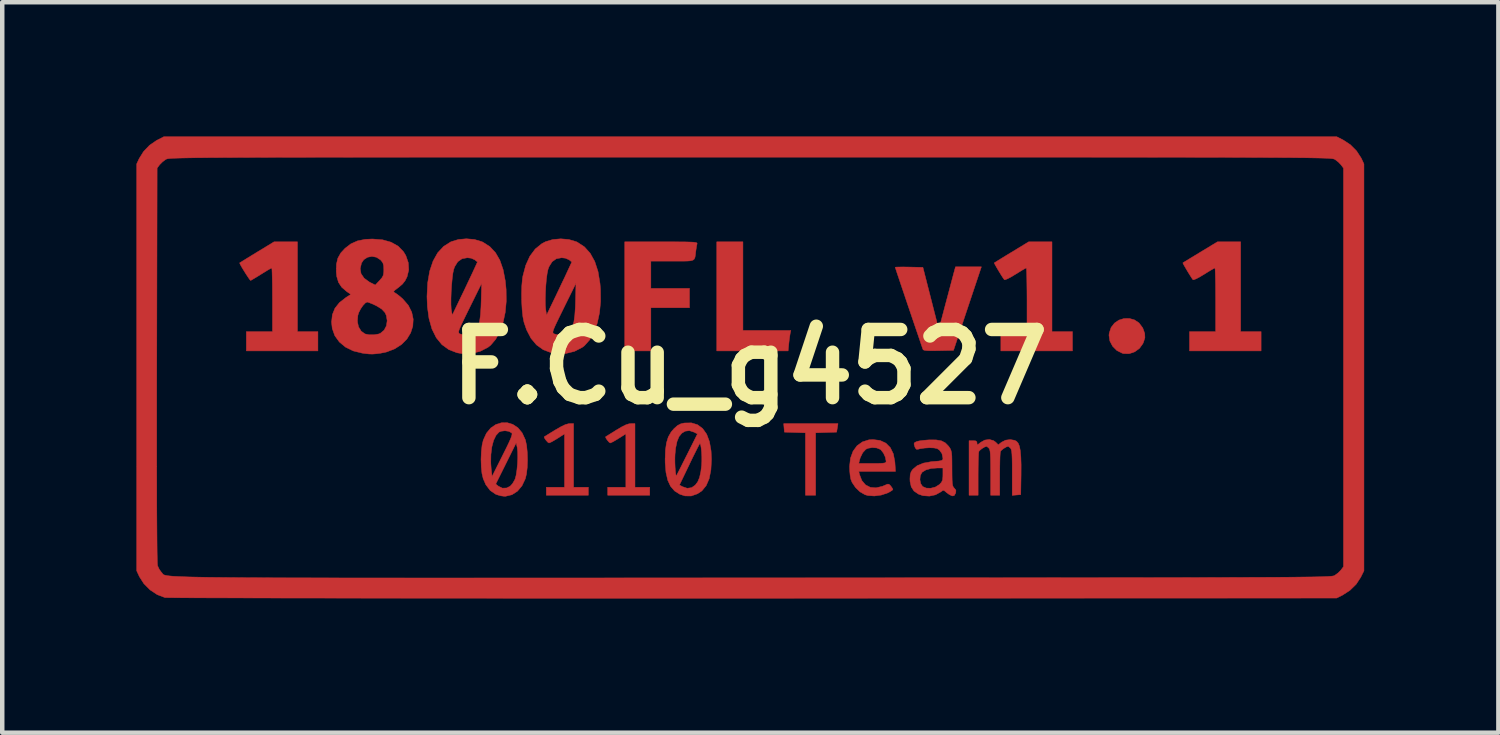
<source format=kicad_pcb>
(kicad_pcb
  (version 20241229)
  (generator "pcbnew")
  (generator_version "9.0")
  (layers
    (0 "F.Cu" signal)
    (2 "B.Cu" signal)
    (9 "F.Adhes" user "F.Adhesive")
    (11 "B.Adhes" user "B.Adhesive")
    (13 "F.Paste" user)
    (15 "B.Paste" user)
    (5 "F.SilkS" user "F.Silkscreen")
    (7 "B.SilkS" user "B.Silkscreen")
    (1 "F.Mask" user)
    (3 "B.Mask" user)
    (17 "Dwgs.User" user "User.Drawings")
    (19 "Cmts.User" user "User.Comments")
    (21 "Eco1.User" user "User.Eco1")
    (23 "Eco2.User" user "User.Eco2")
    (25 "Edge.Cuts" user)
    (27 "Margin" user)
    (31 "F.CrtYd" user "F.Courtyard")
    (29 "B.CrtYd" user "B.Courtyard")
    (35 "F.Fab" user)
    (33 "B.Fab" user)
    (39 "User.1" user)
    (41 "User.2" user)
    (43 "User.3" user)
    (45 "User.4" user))
  (footprint "F.Cu_g4527"
    (layer "F.Cu")
    (at 13.708 5.149)
    (property "Reference" "F.Cu_g4527" (at 0 0 0) (layer "F.SilkS") (effects (font (size 1.524 1.524) (thickness 0.3))))
    (attr through_hole)
    (fp_poly (pts (xy -0.152 -0.813) (xy 0.92 -0.813) (xy 0.906 -0.756) (xy 0.897 -0.701) (xy 0.885 -0.616) (xy 0.875 -0.527) (xy 0.858 -0.356) (xy -0.737 -0.356) (xy -0.737 -2.794) (xy -0.152 -2.794) (xy -0.152 -0.813)) (stroke (width 0.01) (type solid)) (fill yes) (layer "F.Cu"))
    (fp_poly (pts (xy 1.958 1.365) (xy 1.942 1.46) (xy 1.473 1.475) (xy 1.473 2.87) (xy 1.245 2.87) (xy 1.245 1.475) (xy 0.775 1.46) (xy 0.767 1.365) (xy 0.759 1.27) (xy 1.973 1.27) (xy 1.958 1.365)) (stroke (width 0.01) (type solid)) (fill yes) (layer "F.Cu"))
    (fp_poly (pts (xy 8.599 -1.049) (xy 8.701 -0.981) (xy 8.78 -0.876) (xy 8.791 -0.853) (xy 8.829 -0.745) (xy 8.833 -0.651) (xy 8.801 -0.549) (xy 8.787 -0.517) (xy 8.71 -0.411) (xy 8.605 -0.335) (xy 8.484 -0.294) (xy 8.359 -0.295) (xy 8.326 -0.304) (xy 8.205 -0.365) (xy 8.111 -0.46) (xy 8.05 -0.576) (xy 8.03 -0.704) (xy 8.035 -0.751) (xy 8.077 -0.879) (xy 8.153 -0.977) (xy 8.252 -1.044) (xy 8.365 -1.079) (xy 8.484 -1.081) (xy 8.599 -1.049)) (stroke (width 0.01) (type solid)) (fill yes) (layer "F.Cu"))
    (fp_poly (pts (xy -3.937 2.692) (xy -3.607 2.692) (xy -3.607 2.87) (xy -4.547 2.87) (xy -4.547 2.692) (xy -4.14 2.692) (xy -4.14 1.5) (xy -4.299 1.601) (xy -4.38 1.65) (xy -4.446 1.686) (xy -4.484 1.701) (xy -4.487 1.702) (xy -4.514 1.685) (xy -4.551 1.645) (xy -4.582 1.601) (xy -4.595 1.569) (xy -4.593 1.564) (xy -4.569 1.549) (xy -4.511 1.513) (xy -4.429 1.462) (xy -4.35 1.414) (xy -4.22 1.339) (xy -4.123 1.292) (xy -4.05 1.272) (xy -4.026 1.27) (xy -3.937 1.27) (xy -3.937 2.692)) (stroke (width 0.01) (type solid)) (fill yes) (layer "F.Cu"))
    (fp_poly (pts (xy -2.565 2.692) (xy -2.235 2.692) (xy -2.235 2.87) (xy -3.175 2.87) (xy -3.175 2.692) (xy -2.769 2.692) (xy -2.769 1.498) (xy -2.93 1.6) (xy -3.011 1.649) (xy -3.077 1.685) (xy -3.115 1.702) (xy -3.118 1.702) (xy -3.144 1.685) (xy -3.179 1.645) (xy -3.21 1.601) (xy -3.223 1.569) (xy -3.221 1.564) (xy -3.198 1.549) (xy -3.14 1.513) (xy -3.058 1.462) (xy -2.982 1.414) (xy -2.858 1.341) (xy -2.766 1.295) (xy -2.695 1.273) (xy -2.658 1.27) (xy -2.565 1.27) (xy -2.565 2.692)) (stroke (width 0.01) (type solid)) (fill yes) (layer "F.Cu"))
    (fp_poly (pts (xy -1.754 -2.794) (xy -1.575 -2.793) (xy -1.437 -2.792) (xy -1.334 -2.789) (xy -1.261 -2.786) (xy -1.215 -2.78) (xy -1.188 -2.773) (xy -1.177 -2.764) (xy -1.177 -2.752) (xy -1.177 -2.75) (xy -1.188 -2.699) (xy -1.2 -2.621) (xy -1.206 -2.578) (xy -1.214 -2.504) (xy -1.223 -2.449) (xy -1.239 -2.41) (xy -1.269 -2.385) (xy -1.319 -2.37) (xy -1.398 -2.364) (xy -1.511 -2.362) (xy -1.665 -2.362) (xy -1.729 -2.362) (xy -2.21 -2.362) (xy -2.21 -1.753) (xy -1.346 -1.753) (xy -1.346 -1.321) (xy -2.21 -1.321) (xy -2.21 -0.356) (xy -2.794 -0.356) (xy -2.794 -2.794) (xy -1.979 -2.794) (xy -1.754 -2.794)) (stroke (width 0.01) (type solid)) (fill yes) (layer "F.Cu"))
    (fp_poly (pts (xy 6.756 -0.787) (xy 7.214 -0.787) (xy 7.214 -0.356) (xy 5.613 -0.356) (xy 5.613 -0.787) (xy 6.198 -0.787) (xy 6.198 -1.499) (xy 6.197 -1.683) (xy 6.195 -1.849) (xy 6.193 -1.991) (xy 6.19 -2.103) (xy 6.186 -2.178) (xy 6.182 -2.209) (xy 6.181 -2.21) (xy 6.154 -2.197) (xy 6.094 -2.163) (xy 6.011 -2.112) (xy 5.938 -2.067) (xy 5.844 -2.01) (xy 5.764 -1.968) (xy 5.71 -1.947) (xy 5.692 -1.946) (xy 5.665 -1.983) (xy 5.624 -2.046) (xy 5.577 -2.123) (xy 5.531 -2.2) (xy 5.492 -2.268) (xy 5.469 -2.312) (xy 5.465 -2.323) (xy 5.489 -2.338) (xy 5.548 -2.375) (xy 5.637 -2.43) (xy 5.748 -2.498) (xy 5.854 -2.562) (xy 6.235 -2.794) (xy 6.756 -2.794) (xy 6.756 -0.787)) (stroke (width 0.01) (type solid)) (fill yes) (layer "F.Cu"))
    (fp_poly (pts (xy 10.973 -0.787) (xy 11.43 -0.787) (xy 11.43 -0.356) (xy 9.83 -0.356) (xy 9.83 -0.787) (xy 10.414 -0.787) (xy 10.414 -1.499) (xy 10.413 -1.683) (xy 10.412 -1.849) (xy 10.409 -1.991) (xy 10.406 -2.103) (xy 10.403 -2.178) (xy 10.398 -2.209) (xy 10.398 -2.21) (xy 10.371 -2.197) (xy 10.311 -2.163) (xy 10.227 -2.112) (xy 10.155 -2.067) (xy 10.06 -2.01) (xy 9.981 -1.968) (xy 9.927 -1.947) (xy 9.908 -1.946) (xy 9.881 -1.983) (xy 9.841 -2.046) (xy 9.793 -2.123) (xy 9.747 -2.201) (xy 9.708 -2.268) (xy 9.685 -2.312) (xy 9.682 -2.324) (xy 9.705 -2.339) (xy 9.765 -2.375) (xy 9.854 -2.43) (xy 9.965 -2.497) (xy 10.073 -2.563) (xy 10.455 -2.794) (xy 10.973 -2.794) (xy 10.973 -0.787)) (stroke (width 0.01) (type solid)) (fill yes) (layer "F.Cu"))
    (fp_poly (pts (xy -10.109 -0.787) (xy -9.652 -0.787) (xy -9.652 -0.356) (xy -11.252 -0.356) (xy -11.252 -0.787) (xy -10.668 -0.787) (xy -10.668 -1.499) (xy -10.669 -1.683) (xy -10.67 -1.849) (xy -10.673 -1.991) (xy -10.676 -2.103) (xy -10.679 -2.178) (xy -10.684 -2.209) (xy -10.684 -2.21) (xy -10.711 -2.197) (xy -10.771 -2.163) (xy -10.854 -2.112) (xy -10.922 -2.07) (xy -11.015 -2.012) (xy -11.092 -1.966) (xy -11.142 -1.937) (xy -11.157 -1.93) (xy -11.176 -1.95) (xy -11.212 -2.002) (xy -11.259 -2.073) (xy -11.308 -2.152) (xy -11.354 -2.227) (xy -11.387 -2.287) (xy -11.401 -2.32) (xy -11.401 -2.323) (xy -11.377 -2.338) (xy -11.318 -2.375) (xy -11.229 -2.43) (xy -11.118 -2.498) (xy -11.012 -2.563) (xy -10.632 -2.794) (xy -10.109 -2.794) (xy -10.109 -0.787)) (stroke (width 0.01) (type solid)) (fill yes) (layer "F.Cu"))
    (fp_poly (pts (xy 4.866 -1.302) (xy 4.555 -0.368) (xy 4.22 -0.361) (xy 4.075 -0.359) (xy 3.973 -0.361) (xy 3.91 -0.368) (xy 3.879 -0.379) (xy 3.873 -0.387) (xy 3.858 -0.428) (xy 3.83 -0.509) (xy 3.792 -0.623) (xy 3.744 -0.763) (xy 3.689 -0.924) (xy 3.63 -1.098) (xy 3.569 -1.279) (xy 3.507 -1.461) (xy 3.448 -1.637) (xy 3.392 -1.802) (xy 3.343 -1.949) (xy 3.302 -2.07) (xy 3.272 -2.161) (xy 3.255 -2.214) (xy 3.251 -2.225) (xy 3.275 -2.229) (xy 3.34 -2.231) (xy 3.436 -2.232) (xy 3.554 -2.23) (xy 3.561 -2.23) (xy 3.871 -2.223) (xy 4.226 -0.832) (xy 4.383 -1.426) (xy 4.429 -1.598) (xy 4.472 -1.76) (xy 4.51 -1.904) (xy 4.541 -2.02) (xy 4.562 -2.1) (xy 4.57 -2.127) (xy 4.599 -2.235) (xy 5.178 -2.235) (xy 4.866 -1.302)) (stroke (width 0.01) (type solid)) (fill yes) (layer "F.Cu"))
    (fp_poly (pts (xy 2.913 1.646) (xy 3.044 1.707) (xy 3.143 1.807) (xy 3.21 1.946) (xy 3.244 2.123) (xy 3.246 2.151) (xy 3.258 2.337) (xy 2.437 2.337) (xy 2.454 2.407) (xy 2.506 2.543) (xy 2.588 2.639) (xy 2.695 2.694) (xy 2.822 2.705) (xy 2.966 2.671) (xy 3.018 2.649) (xy 3.077 2.623) (xy 3.111 2.624) (xy 3.142 2.652) (xy 3.153 2.665) (xy 3.187 2.713) (xy 3.2 2.743) (xy 3.179 2.764) (xy 3.125 2.797) (xy 3.08 2.82) (xy 2.938 2.867) (xy 2.785 2.887) (xy 2.642 2.877) (xy 2.578 2.859) (xy 2.466 2.795) (xy 2.365 2.698) (xy 2.288 2.584) (xy 2.259 2.511) (xy 2.244 2.425) (xy 2.234 2.316) (xy 2.231 2.226) (xy 2.239 2.159) (xy 2.437 2.159) (xy 2.743 2.159) (xy 2.871 2.159) (xy 2.958 2.156) (xy 3.01 2.15) (xy 3.037 2.14) (xy 3.047 2.123) (xy 3.048 2.107) (xy 3.031 2.02) (xy 2.989 1.928) (xy 2.933 1.857) (xy 2.918 1.845) (xy 2.838 1.813) (xy 2.738 1.805) (xy 2.643 1.821) (xy 2.596 1.843) (xy 2.526 1.919) (xy 2.471 2.03) (xy 2.454 2.089) (xy 2.437 2.159) (xy 2.239 2.159) (xy 2.252 2.042) (xy 2.309 1.887) (xy 2.399 1.764) (xy 2.519 1.678) (xy 2.664 1.632) (xy 2.752 1.626) (xy 2.913 1.646)) (stroke (width 0.01) (type solid)) (fill yes) (layer "F.Cu"))
    (fp_poly (pts (xy 5.45 1.65) (xy 5.497 1.684) (xy 5.556 1.743) (xy 5.629 1.685) (xy 5.718 1.64) (xy 5.822 1.626) (xy 5.92 1.643) (xy 5.962 1.664) (xy 5.999 1.705) (xy 6.028 1.774) (xy 6.048 1.875) (xy 6.06 2.011) (xy 6.066 2.189) (xy 6.065 2.413) (xy 6.065 2.414) (xy 6.058 2.857) (xy 5.867 2.873) (xy 5.867 2.366) (xy 5.867 2.188) (xy 5.865 2.054) (xy 5.861 1.958) (xy 5.855 1.892) (xy 5.845 1.849) (xy 5.833 1.824) (xy 5.827 1.818) (xy 5.791 1.786) (xy 5.775 1.778) (xy 5.73 1.793) (xy 5.671 1.829) (xy 5.621 1.87) (xy 5.604 1.893) (xy 5.599 1.931) (xy 5.594 2.011) (xy 5.591 2.123) (xy 5.589 2.26) (xy 5.588 2.402) (xy 5.588 2.87) (xy 5.385 2.87) (xy 5.385 2.364) (xy 5.384 2.187) (xy 5.382 2.053) (xy 5.378 1.957) (xy 5.372 1.891) (xy 5.363 1.849) (xy 5.35 1.824) (xy 5.345 1.818) (xy 5.308 1.786) (xy 5.293 1.778) (xy 5.248 1.793) (xy 5.189 1.829) (xy 5.139 1.87) (xy 5.121 1.893) (xy 5.116 1.931) (xy 5.112 2.011) (xy 5.108 2.123) (xy 5.106 2.26) (xy 5.105 2.402) (xy 5.105 2.87) (xy 4.902 2.87) (xy 4.902 1.651) (xy 4.991 1.651) (xy 5.052 1.656) (xy 5.077 1.678) (xy 5.08 1.704) (xy 5.083 1.736) (xy 5.098 1.738) (xy 5.136 1.71) (xy 5.158 1.691) (xy 5.253 1.638) (xy 5.355 1.624) (xy 5.45 1.65)) (stroke (width 0.01) (type solid)) (fill yes) (layer "F.Cu"))
    (fp_poly (pts (xy -5.296 1.287) (xy -5.182 1.362) (xy -5.087 1.476) (xy -5.017 1.628) (xy -5.013 1.639) (xy -4.987 1.762) (xy -4.972 1.916) (xy -4.967 2.082) (xy -4.973 2.247) (xy -4.99 2.394) (xy -5.016 2.502) (xy -5.091 2.66) (xy -5.192 2.78) (xy -5.315 2.859) (xy -5.455 2.893) (xy -5.486 2.894) (xy -5.567 2.883) (xy -5.658 2.856) (xy -5.68 2.847) (xy -5.801 2.764) (xy -5.897 2.637) (xy -5.905 2.62) (xy -5.677 2.62) (xy -5.617 2.669) (xy -5.528 2.712) (xy -5.432 2.708) (xy -5.353 2.667) (xy -5.303 2.612) (xy -5.257 2.534) (xy -5.245 2.509) (xy -5.222 2.425) (xy -5.204 2.306) (xy -5.191 2.168) (xy -5.185 2.028) (xy -5.187 1.901) (xy -5.197 1.804) (xy -5.199 1.796) (xy -5.22 1.7) (xy -5.448 2.16) (xy -5.677 2.62) (xy -5.905 2.62) (xy -5.957 2.502) (xy -5.985 2.385) (xy -6.001 2.235) (xy -6.003 2.148) (xy -5.788 2.148) (xy -5.779 2.277) (xy -5.76 2.451) (xy -5.524 1.981) (xy -5.442 1.817) (xy -5.382 1.692) (xy -5.342 1.601) (xy -5.32 1.539) (xy -5.312 1.5) (xy -5.318 1.48) (xy -5.319 1.479) (xy -5.384 1.442) (xy -5.471 1.429) (xy -5.559 1.44) (xy -5.603 1.459) (xy -5.67 1.531) (xy -5.725 1.644) (xy -5.764 1.79) (xy -5.785 1.961) (xy -5.788 2.148) (xy -6.003 2.148) (xy -6.006 2.068) (xy -5.999 1.9) (xy -5.982 1.748) (xy -5.956 1.639) (xy -5.885 1.484) (xy -5.789 1.368) (xy -5.675 1.29) (xy -5.55 1.251) (xy -5.421 1.249) (xy -5.296 1.287)) (stroke (width 0.01) (type solid)) (fill yes) (layer "F.Cu"))
    (fp_poly (pts (xy -1.166 1.295) (xy -1.052 1.38) (xy -0.963 1.506) (xy -0.9 1.673) (xy -0.864 1.88) (xy -0.855 2.07) (xy -0.868 2.307) (xy -0.907 2.502) (xy -0.974 2.656) (xy -1.069 2.772) (xy -1.168 2.838) (xy -1.308 2.887) (xy -1.446 2.886) (xy -1.563 2.848) (xy -1.679 2.775) (xy -1.768 2.672) (xy -1.783 2.642) (xy -1.571 2.642) (xy -1.503 2.679) (xy -1.396 2.715) (xy -1.299 2.701) (xy -1.22 2.646) (xy -1.163 2.572) (xy -1.122 2.474) (xy -1.093 2.343) (xy -1.076 2.207) (xy -1.071 2.112) (xy -1.071 2.009) (xy -1.076 1.907) (xy -1.085 1.817) (xy -1.096 1.75) (xy -1.109 1.717) (xy -1.117 1.718) (xy -1.134 1.747) (xy -1.169 1.814) (xy -1.218 1.912) (xy -1.279 2.034) (xy -1.346 2.173) (xy -1.354 2.191) (xy -1.571 2.642) (xy -1.783 2.642) (xy -1.832 2.536) (xy -1.872 2.362) (xy -1.89 2.146) (xy -1.891 2.07) (xy -1.89 2.047) (xy -1.673 2.047) (xy -1.672 2.147) (xy -1.668 2.247) (xy -1.661 2.336) (xy -1.653 2.402) (xy -1.643 2.434) (xy -1.639 2.434) (xy -1.626 2.41) (xy -1.594 2.347) (xy -1.546 2.253) (xy -1.486 2.133) (xy -1.417 1.996) (xy -1.4 1.963) (xy -1.169 1.5) (xy -1.243 1.461) (xy -1.35 1.426) (xy -1.445 1.439) (xy -1.518 1.484) (xy -1.58 1.559) (xy -1.625 1.668) (xy -1.656 1.816) (xy -1.67 1.958) (xy -1.673 2.047) (xy -1.89 2.047) (xy -1.884 1.865) (xy -1.861 1.7) (xy -1.82 1.567) (xy -1.757 1.457) (xy -1.692 1.381) (xy -1.614 1.312) (xy -1.54 1.274) (xy -1.464 1.256) (xy -1.303 1.253) (xy -1.166 1.295)) (stroke (width 0.01) (type solid)) (fill yes) (layer "F.Cu"))
    (fp_poly (pts (xy -6.151 -2.846) (xy -5.988 -2.797) (xy -5.964 -2.786) (xy -5.81 -2.687) (xy -5.684 -2.553) (xy -5.585 -2.382) (xy -5.512 -2.172) (xy -5.464 -1.921) (xy -5.445 -1.727) (xy -5.442 -1.465) (xy -5.465 -1.217) (xy -5.514 -0.988) (xy -5.586 -0.785) (xy -5.679 -0.615) (xy -5.791 -0.483) (xy -5.852 -0.435) (xy -6.026 -0.346) (xy -6.22 -0.297) (xy -6.419 -0.293) (xy -6.543 -0.314) (xy -6.727 -0.385) (xy -6.881 -0.497) (xy -7.007 -0.651) (xy -7.063 -0.765) (xy -6.507 -0.765) (xy -6.5 -0.75) (xy -6.487 -0.74) (xy -6.482 -0.737) (xy -6.42 -0.719) (xy -6.332 -0.719) (xy -6.24 -0.734) (xy -6.167 -0.76) (xy -6.148 -0.774) (xy -6.101 -0.83) (xy -6.064 -0.909) (xy -6.038 -1.015) (xy -6.019 -1.156) (xy -6.007 -1.337) (xy -6.003 -1.46) (xy -5.992 -1.867) (xy -6.212 -1.422) (xy -6.305 -1.233) (xy -6.378 -1.084) (xy -6.433 -0.97) (xy -6.471 -0.887) (xy -6.495 -0.828) (xy -6.506 -0.789) (xy -6.507 -0.765) (xy -7.063 -0.765) (xy -7.103 -0.845) (xy -7.169 -1.079) (xy -7.206 -1.352) (xy -7.207 -1.393) (xy -6.678 -1.393) (xy -6.673 -1.29) (xy -6.668 -1.256) (xy -6.649 -1.156) (xy -6.454 -1.562) (xy -6.382 -1.711) (xy -6.312 -1.859) (xy -6.248 -1.994) (xy -6.196 -2.104) (xy -6.172 -2.156) (xy -6.086 -2.343) (xy -6.144 -2.391) (xy -6.226 -2.428) (xy -6.313 -2.438) (xy -6.431 -2.416) (xy -6.526 -2.349) (xy -6.595 -2.238) (xy -6.617 -2.176) (xy -6.635 -2.093) (xy -6.65 -1.973) (xy -6.663 -1.829) (xy -6.673 -1.676) (xy -6.678 -1.526) (xy -6.678 -1.393) (xy -7.207 -1.393) (xy -7.214 -1.571) (xy -7.199 -1.874) (xy -7.154 -2.138) (xy -7.079 -2.362) (xy -6.976 -2.547) (xy -6.843 -2.691) (xy -6.682 -2.793) (xy -6.673 -2.797) (xy -6.512 -2.846) (xy -6.332 -2.862) (xy -6.151 -2.846)) (stroke (width 0.01) (type solid)) (fill yes) (layer "F.Cu"))
    (fp_poly (pts (xy -4.044 -2.846) (xy -3.882 -2.798) (xy -3.856 -2.787) (xy -3.696 -2.682) (xy -3.566 -2.538) (xy -3.464 -2.354) (xy -3.391 -2.13) (xy -3.347 -1.864) (xy -3.336 -1.732) (xy -3.333 -1.461) (xy -3.358 -1.207) (xy -3.408 -0.976) (xy -3.482 -0.772) (xy -3.578 -0.603) (xy -3.694 -0.473) (xy -3.745 -0.434) (xy -3.918 -0.345) (xy -4.111 -0.298) (xy -4.309 -0.293) (xy -4.435 -0.314) (xy -4.615 -0.382) (xy -4.766 -0.49) (xy -4.89 -0.638) (xy -4.956 -0.765) (xy -4.399 -0.765) (xy -4.392 -0.75) (xy -4.379 -0.74) (xy -4.374 -0.737) (xy -4.311 -0.719) (xy -4.223 -0.719) (xy -4.132 -0.734) (xy -4.059 -0.76) (xy -4.04 -0.774) (xy -3.992 -0.831) (xy -3.956 -0.909) (xy -3.929 -1.014) (xy -3.91 -1.154) (xy -3.898 -1.334) (xy -3.894 -1.46) (xy -3.884 -1.867) (xy -4.104 -1.422) (xy -4.197 -1.233) (xy -4.27 -1.084) (xy -4.325 -0.97) (xy -4.363 -0.887) (xy -4.387 -0.828) (xy -4.398 -0.789) (xy -4.399 -0.765) (xy -4.956 -0.765) (xy -4.989 -0.829) (xy -5.046 -0.997) (xy -5.07 -1.117) (xy -5.087 -1.273) (xy -5.097 -1.451) (xy -5.098 -1.501) (xy -4.57 -1.501) (xy -4.568 -1.371) (xy -4.56 -1.282) (xy -4.541 -1.156) (xy -4.345 -1.562) (xy -4.274 -1.711) (xy -4.204 -1.859) (xy -4.139 -1.994) (xy -4.088 -2.104) (xy -4.064 -2.156) (xy -3.977 -2.343) (xy -4.036 -2.391) (xy -4.118 -2.428) (xy -4.205 -2.438) (xy -4.323 -2.416) (xy -4.417 -2.349) (xy -4.486 -2.239) (xy -4.509 -2.176) (xy -4.528 -2.086) (xy -4.545 -1.959) (xy -4.558 -1.809) (xy -4.566 -1.652) (xy -4.57 -1.501) (xy -5.098 -1.501) (xy -5.1 -1.634) (xy -5.095 -1.81) (xy -5.081 -1.963) (xy -5.071 -2.027) (xy -5.007 -2.269) (xy -4.915 -2.471) (xy -4.795 -2.633) (xy -4.648 -2.752) (xy -4.565 -2.796) (xy -4.404 -2.845) (xy -4.224 -2.861) (xy -4.044 -2.846)) (stroke (width 0.01) (type solid)) (fill yes) (layer "F.Cu"))
    (fp_poly (pts (xy 4.167 1.634) (xy 4.283 1.654) (xy 4.372 1.7) (xy 4.444 1.774) (xy 4.464 1.801) (xy 4.486 1.837) (xy 4.501 1.876) (xy 4.512 1.926) (xy 4.518 1.996) (xy 4.52 2.097) (xy 4.521 2.236) (xy 4.521 2.276) (xy 4.522 2.426) (xy 4.524 2.533) (xy 4.529 2.607) (xy 4.537 2.655) (xy 4.55 2.686) (xy 4.569 2.709) (xy 4.573 2.713) (xy 4.608 2.758) (xy 4.606 2.808) (xy 4.598 2.83) (xy 4.571 2.878) (xy 4.534 2.886) (xy 4.515 2.882) (xy 4.456 2.852) (xy 4.394 2.806) (xy 4.349 2.768) (xy 4.319 2.762) (xy 4.28 2.788) (xy 4.272 2.795) (xy 4.153 2.861) (xy 4.015 2.89) (xy 3.872 2.88) (xy 3.771 2.845) (xy 3.671 2.776) (xy 3.61 2.683) (xy 3.583 2.56) (xy 3.582 2.524) (xy 3.804 2.524) (xy 3.822 2.612) (xy 3.865 2.676) (xy 3.865 2.676) (xy 3.946 2.711) (xy 4.046 2.714) (xy 4.149 2.688) (xy 4.237 2.633) (xy 4.243 2.628) (xy 4.287 2.58) (xy 4.309 2.53) (xy 4.317 2.46) (xy 4.318 2.408) (xy 4.318 2.261) (xy 4.197 2.261) (xy 4.054 2.272) (xy 3.936 2.305) (xy 3.855 2.355) (xy 3.849 2.361) (xy 3.812 2.433) (xy 3.804 2.524) (xy 3.582 2.524) (xy 3.581 2.506) (xy 3.587 2.411) (xy 3.608 2.344) (xy 3.645 2.291) (xy 3.744 2.209) (xy 3.884 2.152) (xy 4.066 2.119) (xy 4.121 2.115) (xy 4.22 2.107) (xy 4.279 2.097) (xy 4.308 2.083) (xy 4.317 2.059) (xy 4.318 2.042) (xy 4.297 1.94) (xy 4.241 1.861) (xy 4.188 1.827) (xy 4.118 1.813) (xy 4.018 1.809) (xy 3.908 1.816) (xy 3.807 1.831) (xy 3.769 1.841) (xy 3.728 1.844) (xy 3.701 1.814) (xy 3.687 1.779) (xy 3.672 1.723) (xy 3.685 1.694) (xy 3.728 1.672) (xy 3.786 1.657) (xy 3.877 1.644) (xy 3.984 1.635) (xy 4.013 1.633) (xy 4.167 1.634)) (stroke (width 0.01) (type solid)) (fill yes) (layer "F.Cu"))
    (fp_poly (pts (xy -8.207 -2.839) (xy -8.016 -2.785) (xy -7.859 -2.697) (xy -7.739 -2.573) (xy -7.687 -2.487) (xy -7.632 -2.327) (xy -7.622 -2.166) (xy -7.659 -2.014) (xy -7.659 -2.013) (xy -7.705 -1.922) (xy -7.766 -1.846) (xy -7.856 -1.77) (xy -7.882 -1.751) (xy -7.939 -1.707) (xy -7.959 -1.682) (xy -7.948 -1.664) (xy -7.923 -1.65) (xy -7.873 -1.616) (xy -7.805 -1.561) (xy -7.754 -1.516) (xy -7.631 -1.374) (xy -7.555 -1.222) (xy -7.522 -1.065) (xy -7.531 -0.909) (xy -7.579 -0.759) (xy -7.664 -0.62) (xy -7.783 -0.5) (xy -7.935 -0.402) (xy -8.117 -0.332) (xy -8.247 -0.305) (xy -8.354 -0.291) (xy -8.434 -0.285) (xy -8.508 -0.287) (xy -8.598 -0.297) (xy -8.662 -0.306) (xy -8.863 -0.356) (xy -9.035 -0.44) (xy -9.173 -0.555) (xy -9.274 -0.695) (xy -9.332 -0.858) (xy -9.347 -0.998) (xy -9.345 -1.014) (xy -8.77 -1.014) (xy -8.744 -0.893) (xy -8.685 -0.797) (xy -8.599 -0.735) (xy -8.598 -0.735) (xy -8.508 -0.716) (xy -8.399 -0.716) (xy -8.297 -0.733) (xy -8.254 -0.75) (xy -8.172 -0.819) (xy -8.121 -0.916) (xy -8.104 -1.03) (xy -8.122 -1.146) (xy -8.154 -1.214) (xy -8.226 -1.291) (xy -8.345 -1.364) (xy -8.363 -1.373) (xy -8.447 -1.411) (xy -8.515 -1.438) (xy -8.552 -1.448) (xy -8.593 -1.426) (xy -8.644 -1.372) (xy -8.696 -1.297) (xy -8.738 -1.215) (xy -8.759 -1.15) (xy -8.77 -1.014) (xy -9.345 -1.014) (xy -9.329 -1.166) (xy -9.271 -1.309) (xy -9.171 -1.435) (xy -9.024 -1.55) (xy -8.916 -1.619) (xy -9.011 -1.685) (xy -9.121 -1.78) (xy -9.192 -1.888) (xy -9.231 -2.02) (xy -9.242 -2.127) (xy -9.24 -2.195) (xy -8.707 -2.195) (xy -8.688 -2.082) (xy -8.619 -1.981) (xy -8.504 -1.896) (xy -8.474 -1.88) (xy -8.369 -1.828) (xy -8.274 -1.929) (xy -8.218 -1.994) (xy -8.19 -2.049) (xy -8.18 -2.117) (xy -8.179 -2.173) (xy -8.183 -2.261) (xy -8.199 -2.32) (xy -8.234 -2.37) (xy -8.253 -2.39) (xy -8.343 -2.449) (xy -8.444 -2.468) (xy -8.543 -2.449) (xy -8.627 -2.395) (xy -8.678 -2.319) (xy -8.707 -2.195) (xy -9.24 -2.195) (xy -9.238 -2.293) (xy -9.206 -2.429) (xy -9.14 -2.546) (xy -9.046 -2.648) (xy -8.916 -2.748) (xy -8.77 -2.814) (xy -8.598 -2.849) (xy -8.433 -2.857) (xy -8.207 -2.839)) (stroke (width 0.01) (type solid)) (fill yes) (layer "F.Cu"))
    (fp_poly (pts (xy 13.266 -5.069) (xy 13.426 -4.964) (xy 13.564 -4.825) (xy 13.666 -4.668) (xy 13.674 -4.653) (xy 13.729 -4.534) (xy 13.729 4.559) (xy 13.657 4.704) (xy 13.556 4.859) (xy 13.416 4.996) (xy 13.248 5.105) (xy 13.239 5.109) (xy 13.119 5.169) (xy 0.064 5.173) (xy -0.749 5.173) (xy -1.549 5.173) (xy -2.335 5.173) (xy -3.106 5.173) (xy -3.859 5.173) (xy -4.594 5.173) (xy -5.309 5.173) (xy -6.002 5.172) (xy -6.672 5.172) (xy -7.318 5.172) (xy -7.937 5.171) (xy -8.529 5.171) (xy -9.091 5.17) (xy -9.623 5.169) (xy -10.123 5.169) (xy -10.589 5.168) (xy -11.02 5.167) (xy -11.414 5.166) (xy -11.77 5.165) (xy -12.087 5.165) (xy -12.362 5.164) (xy -12.594 5.163) (xy -12.782 5.162) (xy -12.924 5.16) (xy -13.019 5.159) (xy -13.066 5.158) (xy -13.07 5.158) (xy -13.244 5.092) (xy -13.405 4.985) (xy -13.543 4.846) (xy -13.645 4.686) (xy -13.648 4.678) (xy -13.703 4.559) (xy -13.703 1.739) (xy -13.255 1.739) (xy -13.255 2.232) (xy -13.254 2.675) (xy -13.254 3.068) (xy -13.252 3.411) (xy -13.25 3.705) (xy -13.248 3.95) (xy -13.246 4.146) (xy -13.243 4.293) (xy -13.24 4.392) (xy -13.236 4.442) (xy -13.235 4.447) (xy -13.199 4.526) (xy -13.15 4.593) (xy -13.147 4.595) (xy -13.139 4.604) (xy -13.132 4.613) (xy -13.126 4.622) (xy -13.121 4.63) (xy -13.113 4.638) (xy -13.103 4.645) (xy -13.088 4.652) (xy -13.068 4.658) (xy -13.041 4.664) (xy -13.006 4.67) (xy -12.961 4.675) (xy -12.906 4.68) (xy -12.839 4.684) (xy -12.758 4.688) (xy -12.663 4.692) (xy -12.552 4.696) (xy -12.424 4.699) (xy -12.277 4.702) (xy -12.111 4.705) (xy -11.923 4.707) (xy -11.713 4.709) (xy -11.479 4.711) (xy -11.221 4.713) (xy -10.936 4.714) (xy -10.623 4.716) (xy -10.282 4.717) (xy -9.91 4.717) (xy -9.507 4.718) (xy -9.071 4.719) (xy -8.601 4.719) (xy -8.096 4.719) (xy -7.554 4.72) (xy -6.974 4.72) (xy -6.355 4.72) (xy -5.695 4.719) (xy -4.994 4.719) (xy -4.249 4.719) (xy -3.46 4.719) (xy -2.625 4.718) (xy -1.742 4.718) (xy -0.812 4.717) (xy 0.051 4.717) (xy 1.019 4.717) (xy 1.937 4.716) (xy 2.807 4.716) (xy 3.631 4.715) (xy 4.408 4.715) (xy 5.142 4.715) (xy 5.832 4.714) (xy 6.481 4.714) (xy 7.09 4.713) (xy 7.659 4.713) (xy 8.191 4.712) (xy 8.687 4.712) (xy 9.147 4.711) (xy 9.573 4.711) (xy 9.967 4.71) (xy 10.33 4.709) (xy 10.663 4.708) (xy 10.968 4.707) (xy 11.245 4.706) (xy 11.496 4.705) (xy 11.723 4.704) (xy 11.926 4.703) (xy 12.107 4.702) (xy 12.268 4.7) (xy 12.409 4.698) (xy 12.532 4.697) (xy 12.638 4.695) (xy 12.729 4.693) (xy 12.805 4.691) (xy 12.869 4.688) (xy 12.921 4.686) (xy 12.963 4.683) (xy 12.996 4.681) (xy 13.021 4.678) (xy 13.04 4.675) (xy 13.054 4.672) (xy 13.064 4.668) (xy 13.072 4.664) (xy 13.078 4.661) (xy 13.152 4.607) (xy 13.214 4.544) (xy 13.218 4.538) (xy 13.271 4.467) (xy 13.271 -4.441) (xy 13.218 -4.513) (xy 13.158 -4.576) (xy 13.085 -4.632) (xy 13.078 -4.636) (xy 13.072 -4.639) (xy 13.064 -4.643) (xy 13.053 -4.646) (xy 13.039 -4.65) (xy 13.02 -4.653) (xy 12.995 -4.655) (xy 12.961 -4.658) (xy 12.919 -4.661) (xy 12.867 -4.663) (xy 12.802 -4.665) (xy 12.725 -4.667) (xy 12.634 -4.669) (xy 12.527 -4.671) (xy 12.404 -4.673) (xy 12.262 -4.674) (xy 12.101 -4.676) (xy 11.919 -4.677) (xy 11.715 -4.678) (xy 11.488 -4.679) (xy 11.236 -4.68) (xy 10.958 -4.681) (xy 10.653 -4.682) (xy 10.319 -4.683) (xy 9.956 -4.683) (xy 9.561 -4.684) (xy 9.134 -4.684) (xy 8.673 -4.685) (xy 8.176 -4.685) (xy 7.644 -4.685) (xy 7.074 -4.686) (xy 6.464 -4.686) (xy 5.814 -4.686) (xy 5.123 -4.686) (xy 4.389 -4.686) (xy 3.61 -4.686) (xy 2.786 -4.686) (xy 1.915 -4.686) (xy 0.996 -4.686) (xy 0.028 -4.686) (xy 0.013 -4.686) (xy -0.957 -4.686) (xy -1.876 -4.686) (xy -2.748 -4.686) (xy -3.573 -4.686) (xy -4.352 -4.686) (xy -5.087 -4.686) (xy -5.779 -4.686) (xy -6.429 -4.686) (xy -7.039 -4.686) (xy -7.61 -4.685) (xy -8.143 -4.685) (xy -8.64 -4.685) (xy -9.102 -4.684) (xy -9.529 -4.684) (xy -9.925 -4.683) (xy -10.289 -4.683) (xy -10.623 -4.682) (xy -10.929 -4.681) (xy -11.207 -4.68) (xy -11.459 -4.679) (xy -11.687 -4.678) (xy -11.891 -4.677) (xy -12.073 -4.676) (xy -12.235 -4.674) (xy -12.377 -4.673) (xy -12.5 -4.671) (xy -12.607 -4.669) (xy -12.699 -4.667) (xy -12.776 -4.665) (xy -12.84 -4.663) (xy -12.893 -4.661) (xy -12.935 -4.658) (xy -12.969 -4.656) (xy -12.994 -4.653) (xy -13.014 -4.65) (xy -13.028 -4.646) (xy -13.038 -4.643) (xy -13.046 -4.639) (xy -13.053 -4.636) (xy -13.053 -4.636) (xy -13.126 -4.581) (xy -13.189 -4.518) (xy -13.193 -4.513) (xy -13.246 -4.441) (xy -13.254 -0.043) (xy -13.255 0.602) (xy -13.255 1.195) (xy -13.255 1.739) (xy -13.703 1.739) (xy -13.703 -4.534) (xy -13.648 -4.653) (xy -13.55 -4.811) (xy -13.415 -4.952) (xy -13.257 -5.061) (xy -13.241 -5.069) (xy -13.094 -5.144) (xy 13.119 -5.144) (xy 13.266 -5.069)) (stroke (width 0.01) (type solid)) (fill yes) (layer "F.Cu")))
  (gr_rect
    (start -3 -3)
    (end 30.442 13.327)
    (stroke (width 0.1) (type default))
    (fill no)
    (layer "Edge.Cuts")))
</source>
